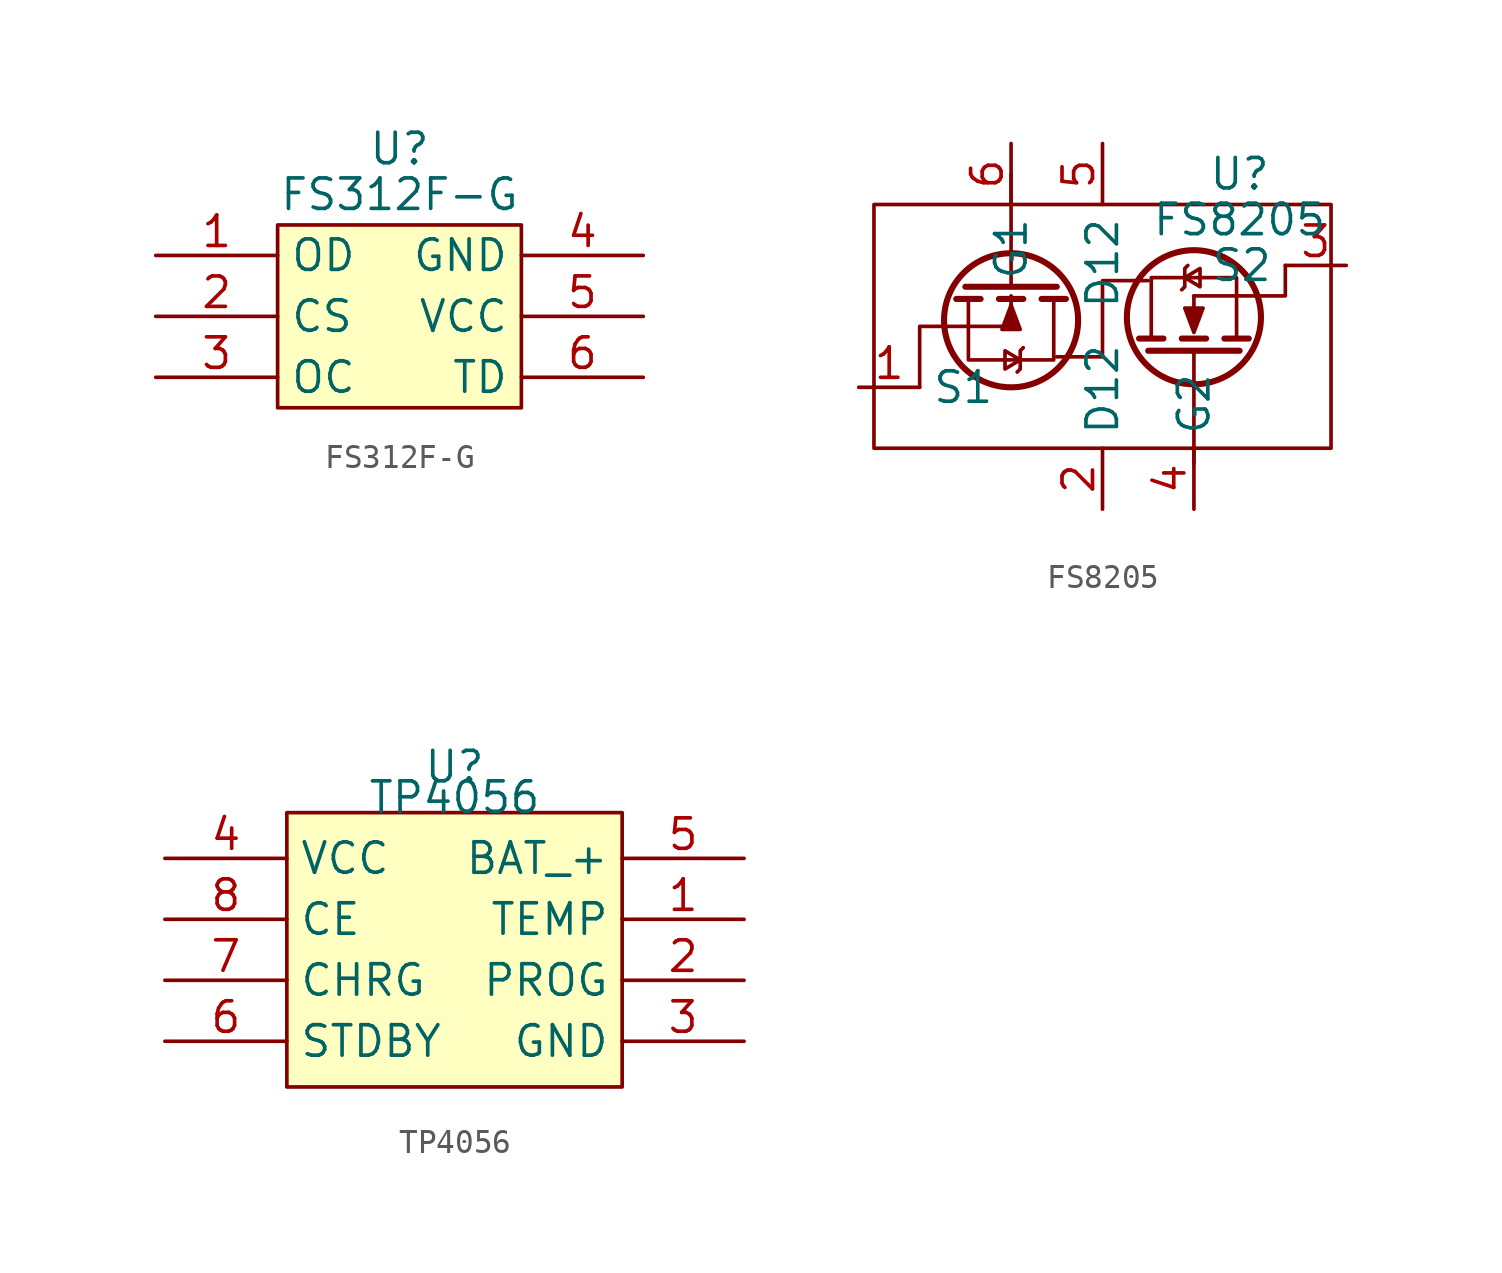
<source format=kicad_sym>
(kicad_symbol_lib
  (version 20220914)
  (generator kicad_symbol_editor)
  (symbol "FS312F-G"
    (property "Reference" "U"
      (at 0 6.985 0)
      (effects (font (size 1.27 1.27))))
    (property "Value" "FS312F-G"
      (at 0 5.08 0)
      (effects (font (size 1.27 1.27))))
    (symbol "FS312F-G_1_1"
      (rectangle (start -5.08 3.81) (end 5.08 -3.81) (stroke (width 0) (type default)) (fill (type background)))
      (pin output line (at -10.16 2.54 0) (length 5.08) (name "OD" (effects (font (size 1.27 1.27)))) (number "1" (effects (font (size 1.27 1.27)))))
      (pin input line (at -10.16 0 0) (length 5.08) (name "CS" (effects (font (size 1.27 1.27)))) (number "2" (effects (font (size 1.27 1.27)))))
      (pin output line (at -10.16 -2.54 0) (length 5.08) (name "OC" (effects (font (size 1.27 1.27)))) (number "3" (effects (font (size 1.27 1.27)))))
      (pin output line (at 10.16 2.54 180) (length 5.08) (name "GND" (effects (font (size 1.27 1.27)))) (number "4" (effects (font (size 1.27 1.27)))))
      (pin input line (at 10.16 0 180) (length 5.08) (name "VCC" (effects (font (size 1.27 1.27)))) (number "5" (effects (font (size 1.27 1.27)))))
      (pin free line (at 10.16 -2.54 180) (length 5.08) (name "TD" (effects (font (size 1.27 1.27)))) (number "6" (effects (font (size 1.27 1.27)))))))
  (symbol "FS8205"
    (property "Reference" "U"
      (at 5.715 -1.27 0)
      (effects (font (size 1.27 1.27))))
    (property "Value" "FS8205"
      (at 5.715 -3.175 0)
      (effects (font (size 1.27 1.27))))
    (symbol "FS8205_0_1"
      (circle (center -3.81 -7.366) (radius 2.794) (stroke (width 0.254) (type default)) (fill (type none)))
      (polyline (pts (xy -5.08 -6.477) (xy -6.096 -6.477)) (stroke (width 0.254) (type default)) (fill (type none)))
      (polyline (pts (xy -3.81 -5.969) (xy -3.81 -1.27)) (stroke (width 0) (type default)) (fill (type none)))
      (polyline (pts (xy -3.302 -6.477) (xy -4.318 -6.477)) (stroke (width 0.254) (type default)) (fill (type none)))
      (polyline (pts (xy -1.905 -5.969) (xy -5.715 -5.969)) (stroke (width 0.254) (type default)) (fill (type none)))
      (polyline (pts (xy -1.524 -6.477) (xy -2.54 -6.477)) (stroke (width 0.254) (type default)) (fill (type none)))
      (polyline (pts (xy 1.524 -8.128) (xy 2.54 -8.128)) (stroke (width 0.254) (type default)) (fill (type none)))
      (polyline (pts (xy 1.905 -8.636) (xy 5.715 -8.636)) (stroke (width 0.254) (type default)) (fill (type none)))
      (polyline (pts (xy 3.302 -8.128) (xy 4.318 -8.128)) (stroke (width 0.254) (type default)) (fill (type none)))
      (polyline (pts (xy 3.81 -8.636) (xy 3.81 -13.335)) (stroke (width 0) (type default)) (fill (type none)))
      (polyline (pts (xy 3.81 -6.35) (xy 3.81 -7.62)) (stroke (width 0) (type default)) (fill (type none)))
      (polyline (pts (xy 5.08 -8.128) (xy 6.096 -8.128)) (stroke (width 0.254) (type default)) (fill (type none)))
      (polyline (pts (xy 7.62 -5.08) (xy 7.62 -6.35) (xy 3.81 -6.35)) (stroke (width 0) (type default)) (fill (type none)))
      (polyline (pts (xy -7.62 -10.16) (xy -7.62 -7.62) (xy -3.81 -7.62) (xy -3.81 -6.35)) (stroke (width 0) (type default)) (fill (type none)))
      (polyline (pts (xy -5.588 -6.477) (xy -5.588 -9.017) (xy -2.032 -9.017) (xy -2.032 -6.477)) (stroke (width 0) (type default)) (fill (type none)))
      (polyline (pts (xy -3.81 -6.731) (xy -3.429 -7.747) (xy -4.191 -7.747) (xy -3.81 -6.731)) (stroke (width 0) (type default)) (fill (type outline)))
      (polyline (pts (xy -3.429 -9.017) (xy -4.064 -8.636) (xy -4.064 -9.398) (xy -3.429 -9.017)) (stroke (width 0) (type default)) (fill (type none)))
      (polyline (pts (xy -3.302 -8.509) (xy -3.429 -8.636) (xy -3.429 -9.398) (xy -3.556 -9.525)) (stroke (width 0) (type default)) (fill (type none)))
      (polyline (pts (xy 3.302 -6.096) (xy 3.429 -5.969) (xy 3.429 -5.207) (xy 3.556 -5.08)) (stroke (width 0) (type default)) (fill (type none)))
      (polyline (pts (xy 3.429 -5.588) (xy 4.064 -5.969) (xy 4.064 -5.207) (xy 3.429 -5.588)) (stroke (width 0) (type default)) (fill (type none)))
      (polyline (pts (xy 3.81 -7.874) (xy 3.429 -6.858) (xy 4.191 -6.858) (xy 3.81 -7.874)) (stroke (width 0) (type default)) (fill (type outline)))
      (polyline (pts (xy 5.588 -8.128) (xy 5.588 -5.588) (xy 2.032 -5.588) (xy 2.032 -8.128)) (stroke (width 0) (type default)) (fill (type none)))
      (circle (center 3.81 -7.239) (radius 2.794) (stroke (width 0.254) (type default)) (fill (type none))))
    (symbol "FS8205_1_1"
      (rectangle (start -9.525 -2.54) (end 9.525 -12.7) (stroke (width 0) (type default)) (fill (type none)))
      (polyline (pts (xy -1.905 -8.89) (xy 0 -8.89) (xy 0 -5.715) (xy 1.905 -5.715)) (stroke (width 0) (type default)) (fill (type none)))
      (pin passive line (at -10.16 -10.16 0) (length 2.54) (name "S1" (effects (font (size 1.27 1.27)))) (number "1" (effects (font (size 1.27 1.27)))))
      (pin passive line (at 0 -15.24 90) (length 2.54) (name "D12" (effects (font (size 1.27 1.27)))) (number "2" (effects (font (size 1.27 1.27)))))
      (pin passive line (at 10.16 -5.08 180) (length 2.54) (name "S2" (effects (font (size 1.27 1.27)))) (number "3" (effects (font (size 1.27 1.27)))))
      (pin input line (at 3.81 -15.24 90) (length 2.54) (name "G2" (effects (font (size 1.27 1.27)))) (number "4" (effects (font (size 1.27 1.27)))))
      (pin passive line (at 0 0 270) (length 2.54) (name "D12" (effects (font (size 1.27 1.27)))) (number "5" (effects (font (size 1.27 1.27)))))
      (pin input line (at -3.81 0 270) (length 2.54) (name "G1" (effects (font (size 1.27 1.27)))) (number "6" (effects (font (size 1.27 1.27)))))))
  (symbol "TP4056"
    (property "Reference" "U"
      (at 0 0 0)
      (effects (font (size 1.27 1.27))))
    (property "Value" "TP4056"
      (at 0 -1.27 0)
      (effects (font (size 1.27 1.27))))
    (symbol "TP4056_1_1"
      (rectangle (start -6.985 -1.905) (end 6.985 -13.335) (stroke (width 0) (type default)) (fill (type background)))
      (pin input line (at 12.065 -6.35 180) (length 5.08) (name "TEMP" (effects (font (size 1.27 1.27)))) (number "1" (effects (font (size 1.27 1.27)))))
      (pin input line (at 12.065 -8.89 180) (length 5.08) (name "PROG" (effects (font (size 1.27 1.27)))) (number "2" (effects (font (size 1.27 1.27)))))
      (pin power_in line (at 12.065 -11.43 180) (length 5.08) (name "GND" (effects (font (size 1.27 1.27)))) (number "3" (effects (font (size 1.27 1.27)))))
      (pin power_in line (at -12.065 -3.81 0) (length 5.08) (name "VCC" (effects (font (size 1.27 1.27)))) (number "4" (effects (font (size 1.27 1.27)))))
      (pin power_out line (at 12.065 -3.81 180) (length 5.08) (name "BAT_+" (effects (font (size 1.27 1.27)))) (number "5" (effects (font (size 1.27 1.27)))))
      (pin output line (at -12.065 -11.43 0) (length 5.08) (name "STDBY" (effects (font (size 1.27 1.27)))) (number "6" (effects (font (size 1.27 1.27)))))
      (pin output line (at -12.065 -8.89 0) (length 5.08) (name "CHRG" (effects (font (size 1.27 1.27)))) (number "7" (effects (font (size 1.27 1.27)))))
      (pin output line (at -12.065 -6.35 0) (length 5.08) (name "CE" (effects (font (size 1.27 1.27)))) (number "8" (effects (font (size 1.27 1.27))))))))
</source>
